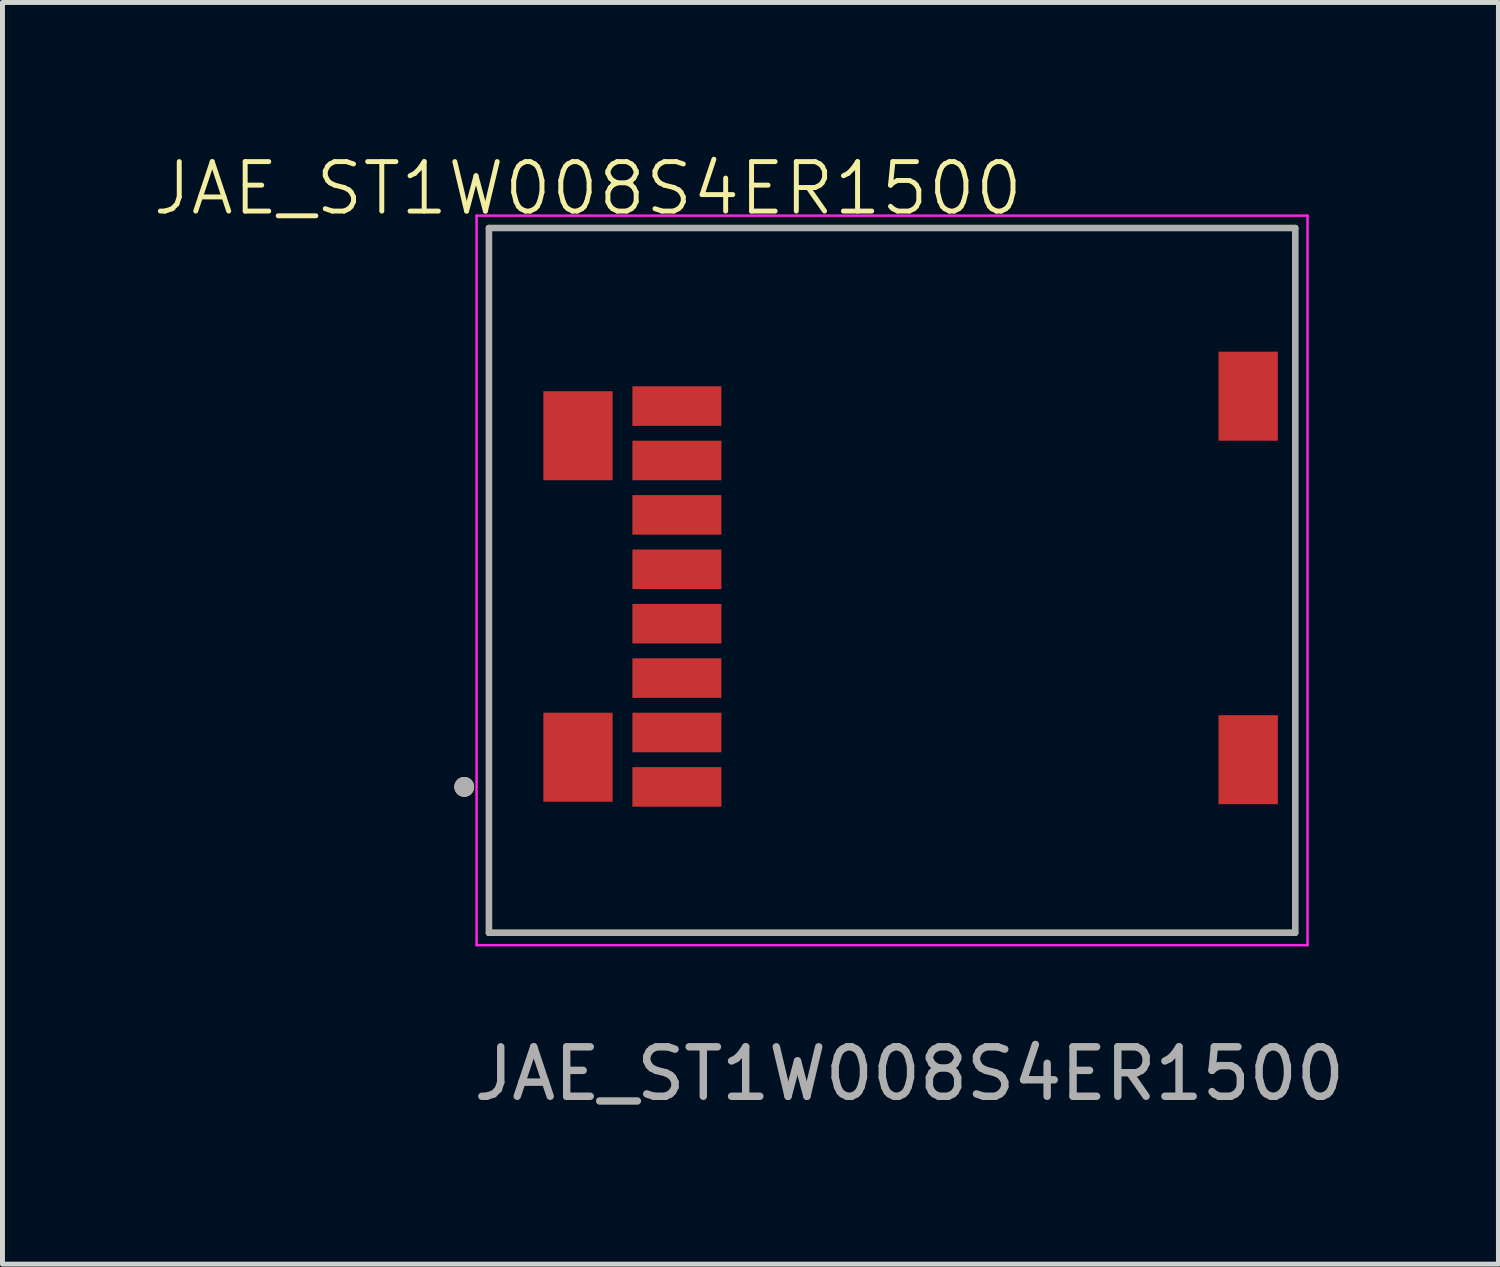
<source format=kicad_pcb>
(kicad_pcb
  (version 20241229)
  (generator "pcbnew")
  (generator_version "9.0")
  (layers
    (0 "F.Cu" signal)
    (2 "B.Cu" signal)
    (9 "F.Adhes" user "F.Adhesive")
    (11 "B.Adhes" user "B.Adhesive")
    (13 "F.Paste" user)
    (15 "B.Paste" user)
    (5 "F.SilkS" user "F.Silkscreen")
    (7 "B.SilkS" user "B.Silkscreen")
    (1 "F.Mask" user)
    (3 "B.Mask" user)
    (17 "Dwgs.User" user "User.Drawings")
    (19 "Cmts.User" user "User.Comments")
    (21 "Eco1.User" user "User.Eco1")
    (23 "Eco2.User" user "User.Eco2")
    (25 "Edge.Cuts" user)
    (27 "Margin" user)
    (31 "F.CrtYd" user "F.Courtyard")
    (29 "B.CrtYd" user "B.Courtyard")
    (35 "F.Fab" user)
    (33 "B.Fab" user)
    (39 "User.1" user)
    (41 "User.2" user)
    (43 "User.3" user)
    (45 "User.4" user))
  (footprint "JAE_ST1W008S4ER1500"
    (layer "F.Cu")
    (at 15.336 16.16)
    (property "Reference" "JAE_ST1W008S4ER1500" (at -6.5 -15.4 0) (unlocked yes) (layer "F.SilkS") (effects (font (size 1 1) (thickness 0.1))))
    (attr smd)
    (fp_line (start -8.5 -14.6) (end 7.8 -14.6) (stroke (width 0.127) (type solid)) (layer "F.SilkS"))
    (fp_line (start -8.5 -0.35) (end -8.5 -14.6) (stroke (width 0.127) (type solid)) (layer "F.SilkS"))
    (fp_line (start 7.8 -14.6) (end 7.8 -0.35) (stroke (width 0.127) (type solid)) (layer "F.SilkS"))
    (fp_line (start 7.8 -0.35) (end -8.5 -0.35) (stroke (width 0.127) (type solid)) (layer "F.SilkS"))
    (fp_circle (center -9 -3.3) (end -8.9 -3.3) (stroke (width 0.2) (type solid)) (fill no) (layer "F.SilkS"))
    (fp_line (start -8.75 -14.85) (end 8.05 -14.85) (stroke (width 0.05) (type solid)) (layer "F.CrtYd"))
    (fp_line (start -8.75 -0.1) (end -8.75 -14.85) (stroke (width 0.05) (type solid)) (layer "F.CrtYd"))
    (fp_line (start 8.05 -14.85) (end 8.05 -0.1) (stroke (width 0.05) (type solid)) (layer "F.CrtYd"))
    (fp_line (start 8.05 -0.1) (end -8.75 -0.1) (stroke (width 0.05) (type solid)) (layer "F.CrtYd"))
    (fp_line (start -8.5 -14.6) (end 7.8 -14.6) (stroke (width 0.127) (type solid)) (layer "F.Fab"))
    (fp_line (start -8.5 -0.35) (end -8.5 -14.6) (stroke (width 0.127) (type solid)) (layer "F.Fab"))
    (fp_line (start 7.8 -14.6) (end 7.8 -0.35) (stroke (width 0.127) (type solid)) (layer "F.Fab"))
    (fp_line (start 7.8 -0.35) (end -8.5 -0.35) (stroke (width 0.127) (type solid)) (layer "F.Fab"))
    (fp_circle (center -9 -3.3) (end -8.9 -3.3) (stroke (width 0.2) (type solid)) (fill no) (layer "F.Fab"))
    (fp_text user "${REFERENCE}" (at 0 2.5 0) (unlocked yes) (layer "F.Fab") (effects (font (size 1 1) (thickness 0.15))))
    (pad "1" smd rect (at -4.7 -3.3) (size 1.8 0.8) (layers "F.Cu" "F.Mask" "F.Paste"))
    (pad "2" smd rect (at -4.7 -4.4) (size 1.8 0.8) (layers "F.Cu" "F.Mask" "F.Paste"))
    (pad "3" smd rect (at -4.7 -5.5) (size 1.8 0.8) (layers "F.Cu" "F.Mask" "F.Paste"))
    (pad "4" smd rect (at -4.7 -6.6) (size 1.8 0.8) (layers "F.Cu" "F.Mask" "F.Paste"))
    (pad "5" smd rect (at -4.7 -7.7) (size 1.8 0.8) (layers "F.Cu" "F.Mask" "F.Paste"))
    (pad "6" smd rect (at -4.7 -8.8) (size 1.8 0.8) (layers "F.Cu" "F.Mask" "F.Paste"))
    (pad "7" smd rect (at -4.7 -9.9) (size 1.8 0.8) (layers "F.Cu" "F.Mask" "F.Paste"))
    (pad "8" smd rect (at -4.7 -11) (size 1.8 0.8) (layers "F.Cu" "F.Mask" "F.Paste"))
    (pad "9" smd rect (at -6.7 -10.4) (size 1.4 1.8) (layers "F.Cu" "F.Mask" "F.Paste"))
    (pad "9" smd rect (at -6.7 -3.9) (size 1.4 1.8) (layers "F.Cu" "F.Mask" "F.Paste"))
    (pad "9" smd rect (at 6.85 -11.2) (size 1.2 1.8) (layers "F.Cu" "F.Mask" "F.Paste"))
    (pad "9" smd rect (at 6.85 -3.85) (size 1.2 1.8) (layers "F.Cu" "F.Mask" "F.Paste")))
  (gr_rect
    (start -3 -3)
    (end 27.246 22.509)
    (stroke (width 0.1) (type default))
    (fill no)
    (layer "Edge.Cuts")))
</source>
